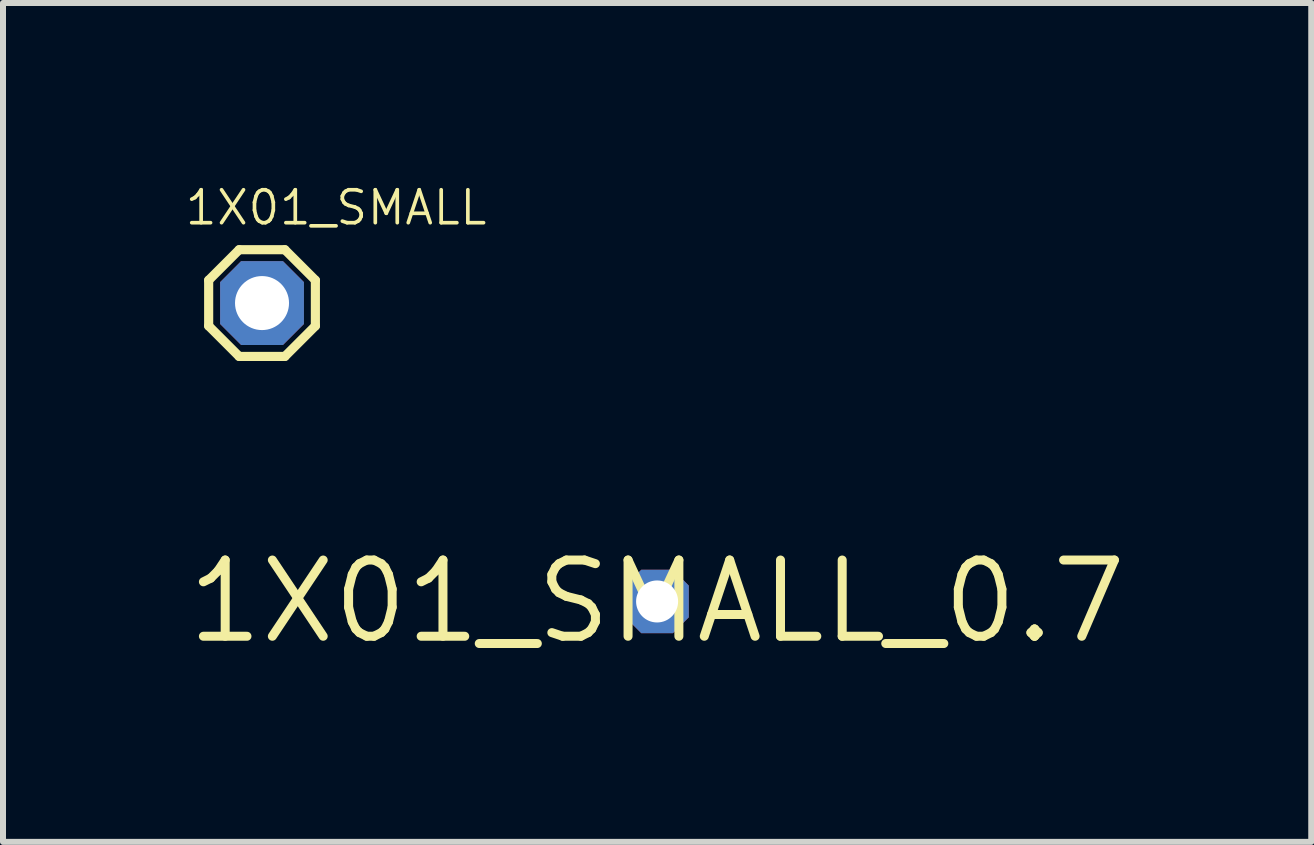
<source format=kicad_pcb>
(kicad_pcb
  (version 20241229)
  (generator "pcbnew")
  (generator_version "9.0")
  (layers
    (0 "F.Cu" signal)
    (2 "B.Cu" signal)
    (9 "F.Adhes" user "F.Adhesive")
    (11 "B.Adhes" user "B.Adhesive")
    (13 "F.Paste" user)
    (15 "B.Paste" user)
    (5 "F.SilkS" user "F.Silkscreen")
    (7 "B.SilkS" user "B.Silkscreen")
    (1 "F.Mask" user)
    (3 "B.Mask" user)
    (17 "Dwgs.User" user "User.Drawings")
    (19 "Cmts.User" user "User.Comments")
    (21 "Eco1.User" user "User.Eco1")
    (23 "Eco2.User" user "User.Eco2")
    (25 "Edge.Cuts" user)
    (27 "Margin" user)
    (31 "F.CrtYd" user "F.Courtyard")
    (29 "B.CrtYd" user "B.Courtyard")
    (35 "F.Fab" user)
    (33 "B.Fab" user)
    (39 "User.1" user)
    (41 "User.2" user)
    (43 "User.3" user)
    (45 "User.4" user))
  (footprint "1X01_SMALL_0.7"
    (layer "F.Cu")
    (at 7.899 6.972)
    (property "Reference" "1X01_SMALL_0.7" (at 0 0 0) (layer "F.SilkS") (effects (font (size 1.27 1.27) (thickness 0.15))))
    (fp_line (start 0 -0.05) (end 0 0) (stroke (width 0.127) (type solid)) (layer "F.Fab"))
    (pad "P$1" thru_hole roundrect (at 0 0) (size 1.057 1.057) (drill 0.7) (layers "*.Cu" "*.Mask") (roundrect_rratio 0.25) (chamfer_ratio 0.25) (chamfer top_left top_right bottom_left bottom_right)))
  (footprint "1X01_SMALL"
    (layer "F.Cu")
    (at 1.316 2)
    (property "Reference" "1X01_SMALL" (at -1.316 -1.269 0) (layer "F.SilkS") (effects (font (size 0.549 0.549) (thickness 0.061)) (justify left bottom)))
    (fp_line (start -0.889 -0.381) (end -0.889 0.381) (stroke (width 0.152) (type solid)) (layer "F.SilkS"))
    (fp_line (start -0.889 0.381) (end -0.381 0.889) (stroke (width 0.152) (type solid)) (layer "F.SilkS"))
    (fp_line (start -0.381 -0.889) (end -0.889 -0.381) (stroke (width 0.152) (type solid)) (layer "F.SilkS"))
    (fp_line (start -0.381 -0.889) (end 0.381 -0.889) (stroke (width 0.152) (type solid)) (layer "F.SilkS"))
    (fp_line (start 0.381 -0.889) (end 0.889 -0.381) (stroke (width 0.152) (type solid)) (layer "F.SilkS"))
    (fp_line (start 0.381 0.889) (end -0.381 0.889) (stroke (width 0.152) (type solid)) (layer "F.SilkS"))
    (fp_line (start 0.889 -0.381) (end 0.889 0.381) (stroke (width 0.152) (type solid)) (layer "F.SilkS"))
    (fp_line (start 0.889 0.381) (end 0.381 0.889) (stroke (width 0.152) (type solid)) (layer "F.SilkS"))
    (fp_poly (pts (xy -0.254 0.254) (xy 0.254 0.254) (xy 0.254 -0.254) (xy -0.254 -0.254)) (stroke (width 0.1) (type solid)) (fill no) (layer "F.Fab"))
    (pad "1" thru_hole roundrect (at 0 0) (size 1.397 1.397) (drill 0.9) (layers "*.Cu" "*.Mask") (roundrect_rratio 0.25) (chamfer_ratio 0.25) (chamfer top_left top_right bottom_left bottom_right)))
  (gr_rect
    (start -3 -3)
    (end 18.799 10.978)
    (stroke (width 0.1) (type default))
    (fill no)
    (layer "Edge.Cuts")))
</source>
